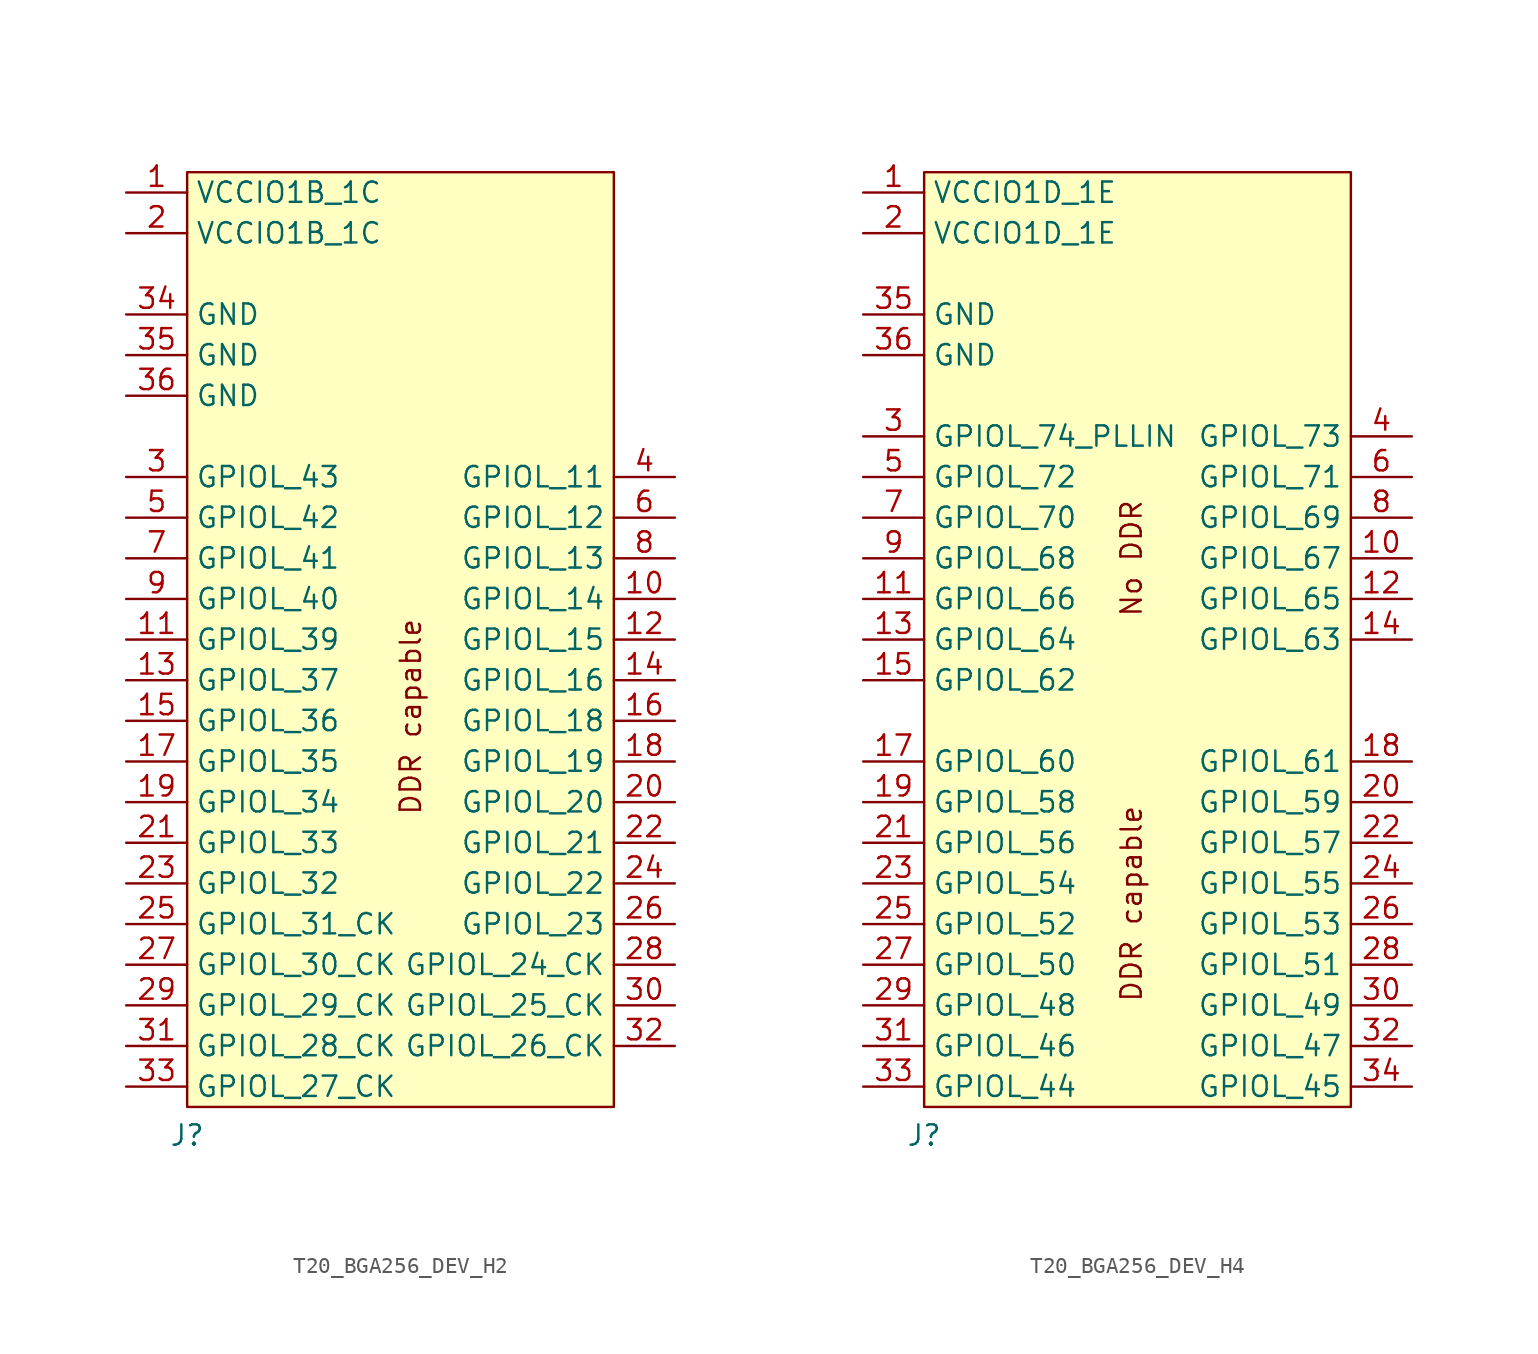
<source format=kicad_sym>
(kicad_symbol_lib
  (version 20231120)
  (generator "kicad_symbol_editor")
  (generator_version "8.0")
  (symbol "T20_BGA256_DEV_H2"
    (property "Reference" "J"
      (at 0 -1.778 0)
      (effects (font (size 1.27 1.27))))
    (property "Value" ""
      (at 0 -1.778 0)
      (effects (font (size 1.27 1.27))))
    (symbol "T20_BGA256_DEV_H2_1_1"
      (rectangle (start 0 58.42) (end 26.67 0) (stroke (width 0) (type default)) (fill (type background)))
      (text "DDR capable" (at 13.97 24.384 900) (effects (font (size 1.27 1.27))))
      (pin power_out line (at -3.81 57.15 0) (length 3.81) (name "VCCIO1B_1C" (effects (font (size 1.27 1.27)))) (number "1" (effects (font (size 1.27 1.27)))))
      (pin bidirectional line (at 30.48 31.75 180) (length 3.81) (name "GPIOL_14" (effects (font (size 1.27 1.27)))) (number "10" (effects (font (size 1.27 1.27)))))
      (pin bidirectional line (at -3.81 29.21 0) (length 3.81) (name "GPIOL_39" (effects (font (size 1.27 1.27)))) (number "11" (effects (font (size 1.27 1.27)))))
      (pin bidirectional line (at 30.48 29.21 180) (length 3.81) (name "GPIOL_15" (effects (font (size 1.27 1.27)))) (number "12" (effects (font (size 1.27 1.27)))))
      (pin bidirectional line (at -3.81 26.67 0) (length 3.81) (name "GPIOL_37" (effects (font (size 1.27 1.27)))) (number "13" (effects (font (size 1.27 1.27)))))
      (pin bidirectional line (at 30.48 26.67 180) (length 3.81) (name "GPIOL_16" (effects (font (size 1.27 1.27)))) (number "14" (effects (font (size 1.27 1.27)))))
      (pin bidirectional line (at -3.81 24.13 0) (length 3.81) (name "GPIOL_36" (effects (font (size 1.27 1.27)))) (number "15" (effects (font (size 1.27 1.27)))))
      (pin bidirectional line (at 30.48 24.13 180) (length 3.81) (name "GPIOL_18" (effects (font (size 1.27 1.27)))) (number "16" (effects (font (size 1.27 1.27)))))
      (pin bidirectional line (at -3.81 21.59 0) (length 3.81) (name "GPIOL_35" (effects (font (size 1.27 1.27)))) (number "17" (effects (font (size 1.27 1.27)))))
      (pin bidirectional line (at 30.48 21.59 180) (length 3.81) (name "GPIOL_19" (effects (font (size 1.27 1.27)))) (number "18" (effects (font (size 1.27 1.27)))))
      (pin bidirectional line (at -3.81 19.05 0) (length 3.81) (name "GPIOL_34" (effects (font (size 1.27 1.27)))) (number "19" (effects (font (size 1.27 1.27)))))
      (pin power_in line (at -3.81 54.61 0) (length 3.81) (name "VCCIO1B_1C" (effects (font (size 1.27 1.27)))) (number "2" (effects (font (size 1.27 1.27)))))
      (pin bidirectional line (at 30.48 19.05 180) (length 3.81) (name "GPIOL_20" (effects (font (size 1.27 1.27)))) (number "20" (effects (font (size 1.27 1.27)))))
      (pin bidirectional line (at -3.81 16.51 0) (length 3.81) (name "GPIOL_33" (effects (font (size 1.27 1.27)))) (number "21" (effects (font (size 1.27 1.27)))))
      (pin bidirectional line (at 30.48 16.51 180) (length 3.81) (name "GPIOL_21" (effects (font (size 1.27 1.27)))) (number "22" (effects (font (size 1.27 1.27)))))
      (pin bidirectional line (at -3.81 13.97 0) (length 3.81) (name "GPIOL_32" (effects (font (size 1.27 1.27)))) (number "23" (effects (font (size 1.27 1.27)))))
      (pin bidirectional line (at 30.48 13.97 180) (length 3.81) (name "GPIOL_22" (effects (font (size 1.27 1.27)))) (number "24" (effects (font (size 1.27 1.27)))))
      (pin bidirectional line (at -3.81 11.43 0) (length 3.81) (name "GPIOL_31_CK" (effects (font (size 1.27 1.27)))) (number "25" (effects (font (size 1.27 1.27)))))
      (pin bidirectional line (at 30.48 11.43 180) (length 3.81) (name "GPIOL_23" (effects (font (size 1.27 1.27)))) (number "26" (effects (font (size 1.27 1.27)))))
      (pin bidirectional line (at -3.81 8.89 0) (length 3.81) (name "GPIOL_30_CK" (effects (font (size 1.27 1.27)))) (number "27" (effects (font (size 1.27 1.27)))))
      (pin bidirectional line (at 30.48 8.89 180) (length 3.81) (name "GPIOL_24_CK" (effects (font (size 1.27 1.27)))) (number "28" (effects (font (size 1.27 1.27)))))
      (pin bidirectional line (at -3.81 6.35 0) (length 3.81) (name "GPIOL_29_CK" (effects (font (size 1.27 1.27)))) (number "29" (effects (font (size 1.27 1.27)))))
      (pin bidirectional line (at -3.81 39.37 0) (length 3.81) (name "GPIOL_43" (effects (font (size 1.27 1.27)))) (number "3" (effects (font (size 1.27 1.27)))))
      (pin bidirectional line (at 30.48 6.35 180) (length 3.81) (name "GPIOL_25_CK" (effects (font (size 1.27 1.27)))) (number "30" (effects (font (size 1.27 1.27)))))
      (pin bidirectional line (at -3.81 3.81 0) (length 3.81) (name "GPIOL_28_CK" (effects (font (size 1.27 1.27)))) (number "31" (effects (font (size 1.27 1.27)))))
      (pin bidirectional line (at 30.48 3.81 180) (length 3.81) (name "GPIOL_26_CK" (effects (font (size 1.27 1.27)))) (number "32" (effects (font (size 1.27 1.27)))))
      (pin bidirectional line (at -3.81 1.27 0) (length 3.81) (name "GPIOL_27_CK" (effects (font (size 1.27 1.27)))) (number "33" (effects (font (size 1.27 1.27)))))
      (pin power_in line (at -3.81 49.53 0) (length 3.81) (name "GND" (effects (font (size 1.27 1.27)))) (number "34" (effects (font (size 1.27 1.27)))))
      (pin power_out line (at -3.81 46.99 0) (length 3.81) (name "GND" (effects (font (size 1.27 1.27)))) (number "35" (effects (font (size 1.27 1.27)))))
      (pin power_in line (at -3.81 44.45 0) (length 3.81) (name "GND" (effects (font (size 1.27 1.27)))) (number "36" (effects (font (size 1.27 1.27)))))
      (pin bidirectional line (at 30.48 39.37 180) (length 3.81) (name "GPIOL_11" (effects (font (size 1.27 1.27)))) (number "4" (effects (font (size 1.27 1.27)))))
      (pin bidirectional line (at -3.81 36.83 0) (length 3.81) (name "GPIOL_42" (effects (font (size 1.27 1.27)))) (number "5" (effects (font (size 1.27 1.27)))))
      (pin bidirectional line (at 30.48 36.83 180) (length 3.81) (name "GPIOL_12" (effects (font (size 1.27 1.27)))) (number "6" (effects (font (size 1.27 1.27)))))
      (pin bidirectional line (at -3.81 34.29 0) (length 3.81) (name "GPIOL_41" (effects (font (size 1.27 1.27)))) (number "7" (effects (font (size 1.27 1.27)))))
      (pin bidirectional line (at 30.48 34.29 180) (length 3.81) (name "GPIOL_13" (effects (font (size 1.27 1.27)))) (number "8" (effects (font (size 1.27 1.27)))))
      (pin bidirectional line (at -3.81 31.75 0) (length 3.81) (name "GPIOL_40" (effects (font (size 1.27 1.27)))) (number "9" (effects (font (size 1.27 1.27)))))))
  (symbol "T20_BGA256_DEV_H4"
    (property "Reference" "J"
      (at 0 -1.778 0)
      (effects (font (size 1.27 1.27))))
    (property "Value" ""
      (at 0 -1.778 0)
      (effects (font (size 1.27 1.27))))
    (symbol "T20_BGA256_DEV_H4_1_1"
      (rectangle (start 0 58.42) (end 26.67 0) (stroke (width 0) (type default)) (fill (type background)))
      (text "DDR capable" (at 12.954 12.7 900) (effects (font (size 1.27 1.27))))
      (text "No DDR" (at 12.954 34.29 900) (effects (font (size 1.27 1.27))))
      (pin power_out line (at -3.81 57.15 0) (length 3.81) (name "VCCIO1D_1E" (effects (font (size 1.27 1.27)))) (number "1" (effects (font (size 1.27 1.27)))))
      (pin bidirectional line (at 30.48 34.29 180) (length 3.81) (name "GPIOL_67" (effects (font (size 1.27 1.27)))) (number "10" (effects (font (size 1.27 1.27)))))
      (pin bidirectional line (at -3.81 31.75 0) (length 3.81) (name "GPIOL_66" (effects (font (size 1.27 1.27)))) (number "11" (effects (font (size 1.27 1.27)))))
      (pin bidirectional line (at 30.48 31.75 180) (length 3.81) (name "GPIOL_65" (effects (font (size 1.27 1.27)))) (number "12" (effects (font (size 1.27 1.27)))))
      (pin bidirectional line (at -3.81 29.21 0) (length 3.81) (name "GPIOL_64" (effects (font (size 1.27 1.27)))) (number "13" (effects (font (size 1.27 1.27)))))
      (pin bidirectional line (at 30.48 29.21 180) (length 3.81) (name "GPIOL_63" (effects (font (size 1.27 1.27)))) (number "14" (effects (font (size 1.27 1.27)))))
      (pin bidirectional line (at -3.81 26.67 0) (length 3.81) (name "GPIOL_62" (effects (font (size 1.27 1.27)))) (number "15" (effects (font (size 1.27 1.27)))))
      (pin bidirectional line (at -3.81 21.59 0) (length 3.81) (name "GPIOL_60" (effects (font (size 1.27 1.27)))) (number "17" (effects (font (size 1.27 1.27)))))
      (pin bidirectional line (at 30.48 21.59 180) (length 3.81) (name "GPIOL_61" (effects (font (size 1.27 1.27)))) (number "18" (effects (font (size 1.27 1.27)))))
      (pin bidirectional line (at -3.81 19.05 0) (length 3.81) (name "GPIOL_58" (effects (font (size 1.27 1.27)))) (number "19" (effects (font (size 1.27 1.27)))))
      (pin power_in line (at -3.81 54.61 0) (length 3.81) (name "VCCIO1D_1E" (effects (font (size 1.27 1.27)))) (number "2" (effects (font (size 1.27 1.27)))))
      (pin bidirectional line (at 30.48 19.05 180) (length 3.81) (name "GPIOL_59" (effects (font (size 1.27 1.27)))) (number "20" (effects (font (size 1.27 1.27)))))
      (pin bidirectional line (at -3.81 16.51 0) (length 3.81) (name "GPIOL_56" (effects (font (size 1.27 1.27)))) (number "21" (effects (font (size 1.27 1.27)))))
      (pin bidirectional line (at 30.48 16.51 180) (length 3.81) (name "GPIOL_57" (effects (font (size 1.27 1.27)))) (number "22" (effects (font (size 1.27 1.27)))))
      (pin bidirectional line (at -3.81 13.97 0) (length 3.81) (name "GPIOL_54" (effects (font (size 1.27 1.27)))) (number "23" (effects (font (size 1.27 1.27)))))
      (pin bidirectional line (at 30.48 13.97 180) (length 3.81) (name "GPIOL_55" (effects (font (size 1.27 1.27)))) (number "24" (effects (font (size 1.27 1.27)))))
      (pin bidirectional line (at -3.81 11.43 0) (length 3.81) (name "GPIOL_52" (effects (font (size 1.27 1.27)))) (number "25" (effects (font (size 1.27 1.27)))))
      (pin bidirectional line (at 30.48 11.43 180) (length 3.81) (name "GPIOL_53" (effects (font (size 1.27 1.27)))) (number "26" (effects (font (size 1.27 1.27)))))
      (pin bidirectional line (at -3.81 8.89 0) (length 3.81) (name "GPIOL_50" (effects (font (size 1.27 1.27)))) (number "27" (effects (font (size 1.27 1.27)))))
      (pin bidirectional line (at 30.48 8.89 180) (length 3.81) (name "GPIOL_51" (effects (font (size 1.27 1.27)))) (number "28" (effects (font (size 1.27 1.27)))))
      (pin bidirectional line (at -3.81 6.35 0) (length 3.81) (name "GPIOL_48" (effects (font (size 1.27 1.27)))) (number "29" (effects (font (size 1.27 1.27)))))
      (pin bidirectional line (at -3.81 41.91 0) (length 3.81) (name "GPIOL_74_PLLIN" (effects (font (size 1.27 1.27)))) (number "3" (effects (font (size 1.27 1.27)))))
      (pin bidirectional line (at 30.48 6.35 180) (length 3.81) (name "GPIOL_49" (effects (font (size 1.27 1.27)))) (number "30" (effects (font (size 1.27 1.27)))))
      (pin bidirectional line (at -3.81 3.81 0) (length 3.81) (name "GPIOL_46" (effects (font (size 1.27 1.27)))) (number "31" (effects (font (size 1.27 1.27)))))
      (pin bidirectional line (at 30.48 3.81 180) (length 3.81) (name "GPIOL_47" (effects (font (size 1.27 1.27)))) (number "32" (effects (font (size 1.27 1.27)))))
      (pin bidirectional line (at -3.81 1.27 0) (length 3.81) (name "GPIOL_44" (effects (font (size 1.27 1.27)))) (number "33" (effects (font (size 1.27 1.27)))))
      (pin bidirectional line (at 30.48 1.27 180) (length 3.81) (name "GPIOL_45" (effects (font (size 1.27 1.27)))) (number "34" (effects (font (size 1.27 1.27)))))
      (pin power_out line (at -3.81 49.53 0) (length 3.81) (name "GND" (effects (font (size 1.27 1.27)))) (number "35" (effects (font (size 1.27 1.27)))))
      (pin power_in line (at -3.81 46.99 0) (length 3.81) (name "GND" (effects (font (size 1.27 1.27)))) (number "36" (effects (font (size 1.27 1.27)))))
      (pin bidirectional line (at 30.48 41.91 180) (length 3.81) (name "GPIOL_73" (effects (font (size 1.27 1.27)))) (number "4" (effects (font (size 1.27 1.27)))))
      (pin bidirectional line (at -3.81 39.37 0) (length 3.81) (name "GPIOL_72" (effects (font (size 1.27 1.27)))) (number "5" (effects (font (size 1.27 1.27)))))
      (pin bidirectional line (at 30.48 39.37 180) (length 3.81) (name "GPIOL_71" (effects (font (size 1.27 1.27)))) (number "6" (effects (font (size 1.27 1.27)))))
      (pin bidirectional line (at -3.81 36.83 0) (length 3.81) (name "GPIOL_70" (effects (font (size 1.27 1.27)))) (number "7" (effects (font (size 1.27 1.27)))))
      (pin bidirectional line (at 30.48 36.83 180) (length 3.81) (name "GPIOL_69" (effects (font (size 1.27 1.27)))) (number "8" (effects (font (size 1.27 1.27)))))
      (pin bidirectional line (at -3.81 34.29 0) (length 3.81) (name "GPIOL_68" (effects (font (size 1.27 1.27)))) (number "9" (effects (font (size 1.27 1.27))))))))
</source>
